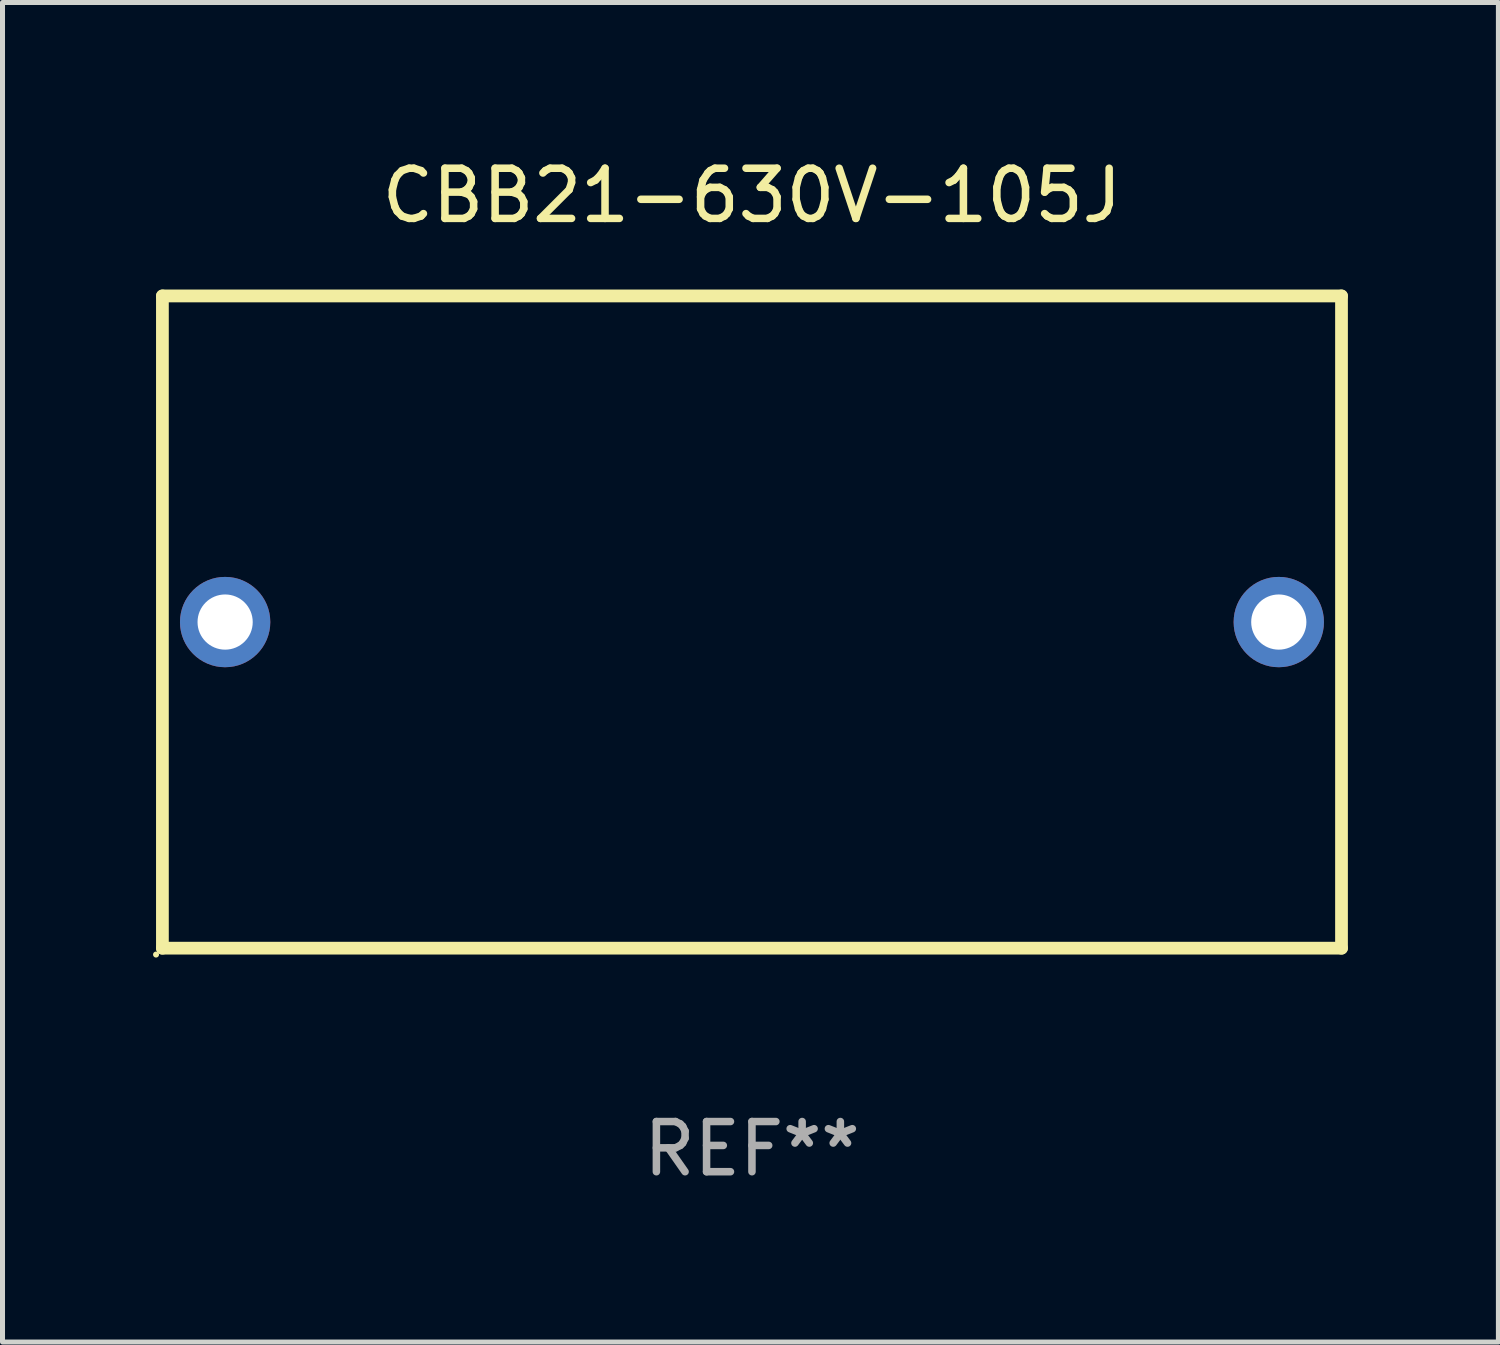
<source format=kicad_pcb>
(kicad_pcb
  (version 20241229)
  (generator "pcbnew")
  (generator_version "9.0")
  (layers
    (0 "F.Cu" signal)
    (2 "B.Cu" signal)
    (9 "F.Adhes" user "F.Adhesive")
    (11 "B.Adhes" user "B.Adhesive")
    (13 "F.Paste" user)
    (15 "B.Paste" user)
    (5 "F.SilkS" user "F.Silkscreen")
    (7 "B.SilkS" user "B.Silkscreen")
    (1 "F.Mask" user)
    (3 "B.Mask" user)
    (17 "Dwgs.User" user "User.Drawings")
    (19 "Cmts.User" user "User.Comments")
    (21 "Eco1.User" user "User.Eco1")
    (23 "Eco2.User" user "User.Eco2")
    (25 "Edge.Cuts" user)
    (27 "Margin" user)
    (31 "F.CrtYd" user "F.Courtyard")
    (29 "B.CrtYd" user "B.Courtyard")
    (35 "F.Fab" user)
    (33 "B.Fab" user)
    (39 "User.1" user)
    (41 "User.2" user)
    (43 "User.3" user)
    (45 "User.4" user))
  (footprint "CBB21-630V-105J"
    (layer "F.Cu")
    (at 11.937 9.348)
    (property "Reference" "CBB21-630V-105J" (at 0 -8.5 0) (layer "F.SilkS") (effects (font (size 1 1) (thickness 0.15))))
    (attr through_hole)
    (fp_line (start -11.75 -6.5) (end -11.75 6.5) (stroke (width 0.254) (type solid)) (layer "F.SilkS"))
    (fp_line (start -11.75 -6.5) (end 11.75 -6.5) (stroke (width 0.254) (type solid)) (layer "F.SilkS"))
    (fp_line (start 11.75 -6.5) (end 11.75 6.5) (stroke (width 0.254) (type solid)) (layer "F.SilkS"))
    (fp_line (start 11.75 6.5) (end -11.75 6.5) (stroke (width 0.254) (type solid)) (layer "F.SilkS"))
    (fp_circle (center -11.877 6.627) (end -11.847 6.627) (stroke (width 0.06) (type solid)) (fill no) (layer "F.SilkS"))
    (fp_text user "REF**" (at 0 10.5 0) (layer "F.Fab") (effects (font (size 1 1) (thickness 0.15))))
    (pad "1" thru_hole circle (at -10.5 0) (size 1.8 1.8) (drill 1.1) (layers "*.Cu" "*.Mask"))
    (pad "2" thru_hole circle (at 10.5 0) (size 1.8 1.8) (drill 1.1) (layers "*.Cu" "*.Mask")))
  (gr_rect
    (start -3 -3)
    (end 26.814 23.697)
    (stroke (width 0.1) (type default))
    (fill no)
    (layer "Edge.Cuts")))
</source>
